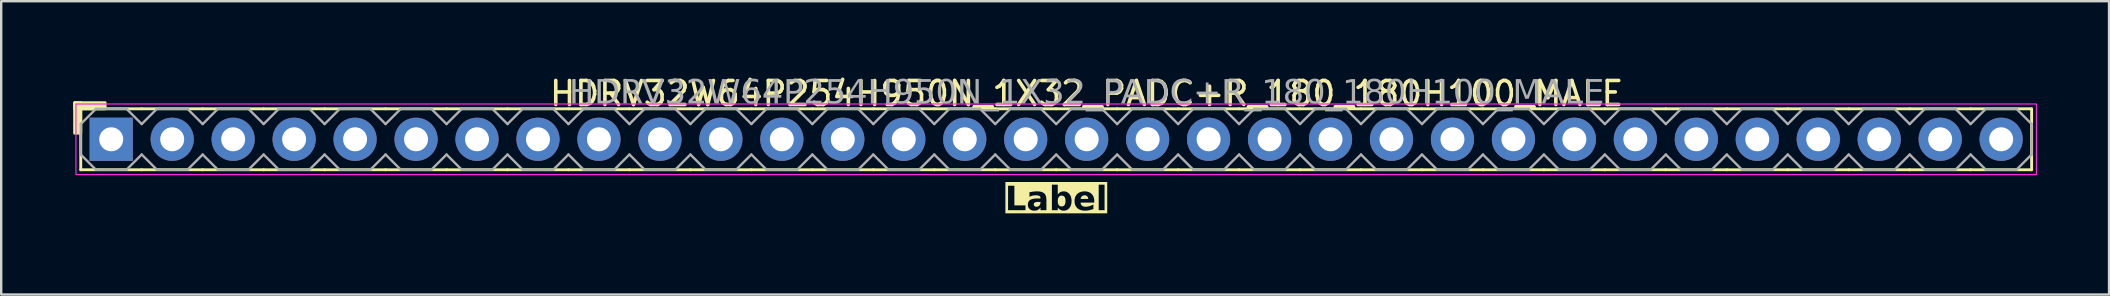
<source format=kicad_pcb>
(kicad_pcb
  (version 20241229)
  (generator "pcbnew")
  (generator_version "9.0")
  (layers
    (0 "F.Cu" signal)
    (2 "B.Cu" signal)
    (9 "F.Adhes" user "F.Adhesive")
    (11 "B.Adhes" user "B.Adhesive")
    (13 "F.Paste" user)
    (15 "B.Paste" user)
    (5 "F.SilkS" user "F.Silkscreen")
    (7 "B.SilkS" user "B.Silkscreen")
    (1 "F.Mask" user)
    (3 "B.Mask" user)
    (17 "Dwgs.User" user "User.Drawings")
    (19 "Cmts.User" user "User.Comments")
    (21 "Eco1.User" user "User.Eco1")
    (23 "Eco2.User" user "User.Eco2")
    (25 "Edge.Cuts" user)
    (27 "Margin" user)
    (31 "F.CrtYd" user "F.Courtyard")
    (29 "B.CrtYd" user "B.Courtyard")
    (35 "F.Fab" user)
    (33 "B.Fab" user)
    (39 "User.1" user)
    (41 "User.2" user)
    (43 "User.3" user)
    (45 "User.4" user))
  (footprint "HDRV32W64P254H950N_1X32_PADC+R_180_180H100_MALE"
    (layer "F.Cu")
    (at 40.954 2.753)
    (property "Reference" "HDRV32W64P254H950N_1X32_PADC+R_180_180H100_MALE" (at 1.27 -1.905 0) (layer "F.SilkS") (effects (font (size 1 1) (thickness 0.15))))
    (property "Label" "Label" (at 0 2.54 0) (layer "F.SilkS" knockout) (effects (font (face "Tahoma") (size 1 1) (thickness 0.2) (bold yes))))
    (attr through_hole)
    (fp_line (start -40.64 1.27) (end -40.64 -1.27) (stroke (width 0.12) (type solid)) (layer "F.SilkS"))
    (fp_line (start -38.1 -1.27) (end -40.64 -1.27) (stroke (width 0.12) (type solid)) (layer "F.SilkS"))
    (fp_line (start -38.1 1.27) (end -40.64 1.27) (stroke (width 0.12) (type solid)) (layer "F.SilkS"))
    (fp_line (start -35.56 -1.27) (end -38.1 -1.27) (stroke (width 0.12) (type solid)) (layer "F.SilkS"))
    (fp_line (start -35.56 1.27) (end -38.1 1.27) (stroke (width 0.12) (type solid)) (layer "F.SilkS"))
    (fp_line (start -33.02 -1.27) (end -35.56 -1.27) (stroke (width 0.12) (type solid)) (layer "F.SilkS"))
    (fp_line (start -33.02 1.27) (end -35.56 1.27) (stroke (width 0.12) (type solid)) (layer "F.SilkS"))
    (fp_line (start -30.48 -1.27) (end -33.02 -1.27) (stroke (width 0.12) (type solid)) (layer "F.SilkS"))
    (fp_line (start -30.48 1.27) (end -33.02 1.27) (stroke (width 0.12) (type solid)) (layer "F.SilkS"))
    (fp_line (start -27.94 -1.27) (end -30.48 -1.27) (stroke (width 0.12) (type solid)) (layer "F.SilkS"))
    (fp_line (start -27.94 1.27) (end -30.48 1.27) (stroke (width 0.12) (type solid)) (layer "F.SilkS"))
    (fp_line (start -25.4 -1.27) (end -27.94 -1.27) (stroke (width 0.12) (type solid)) (layer "F.SilkS"))
    (fp_line (start -25.4 1.27) (end -27.94 1.27) (stroke (width 0.12) (type solid)) (layer "F.SilkS"))
    (fp_line (start -22.86 -1.27) (end -25.4 -1.27) (stroke (width 0.12) (type solid)) (layer "F.SilkS"))
    (fp_line (start -22.86 1.27) (end -25.4 1.27) (stroke (width 0.12) (type solid)) (layer "F.SilkS"))
    (fp_line (start -20.32 -1.27) (end -22.86 -1.27) (stroke (width 0.12) (type solid)) (layer "F.SilkS"))
    (fp_line (start -20.32 1.27) (end -22.86 1.27) (stroke (width 0.12) (type solid)) (layer "F.SilkS"))
    (fp_line (start -17.78 -1.27) (end -20.32 -1.27) (stroke (width 0.12) (type solid)) (layer "F.SilkS"))
    (fp_line (start -17.78 1.27) (end -20.32 1.27) (stroke (width 0.12) (type solid)) (layer "F.SilkS"))
    (fp_line (start -15.24 -1.27) (end -17.78 -1.27) (stroke (width 0.12) (type solid)) (layer "F.SilkS"))
    (fp_line (start -15.24 1.27) (end -17.78 1.27) (stroke (width 0.12) (type solid)) (layer "F.SilkS"))
    (fp_line (start -12.7 -1.27) (end -15.24 -1.27) (stroke (width 0.12) (type solid)) (layer "F.SilkS"))
    (fp_line (start -12.7 1.27) (end -15.24 1.27) (stroke (width 0.12) (type solid)) (layer "F.SilkS"))
    (fp_line (start -10.16 -1.27) (end -12.7 -1.27) (stroke (width 0.12) (type solid)) (layer "F.SilkS"))
    (fp_line (start -10.16 1.27) (end -12.7 1.27) (stroke (width 0.12) (type solid)) (layer "F.SilkS"))
    (fp_line (start -7.62 -1.27) (end -10.16 -1.27) (stroke (width 0.12) (type solid)) (layer "F.SilkS"))
    (fp_line (start -7.62 1.27) (end -10.16 1.27) (stroke (width 0.12) (type solid)) (layer "F.SilkS"))
    (fp_line (start -5.08 -1.27) (end -7.62 -1.27) (stroke (width 0.12) (type solid)) (layer "F.SilkS"))
    (fp_line (start -5.08 1.27) (end -7.62 1.27) (stroke (width 0.12) (type solid)) (layer "F.SilkS"))
    (fp_line (start -2.54 -1.27) (end -5.08 -1.27) (stroke (width 0.12) (type solid)) (layer "F.SilkS"))
    (fp_line (start -2.54 1.27) (end -5.08 1.27) (stroke (width 0.12) (type solid)) (layer "F.SilkS"))
    (fp_line (start 0 -1.27) (end -2.54 -1.27) (stroke (width 0.12) (type solid)) (layer "F.SilkS"))
    (fp_line (start 0 1.27) (end -2.54 1.27) (stroke (width 0.12) (type solid)) (layer "F.SilkS"))
    (fp_line (start 2.54 -1.27) (end 0 -1.27) (stroke (width 0.12) (type solid)) (layer "F.SilkS"))
    (fp_line (start 2.54 1.27) (end 0 1.27) (stroke (width 0.12) (type solid)) (layer "F.SilkS"))
    (fp_line (start 5.08 -1.27) (end 2.54 -1.27) (stroke (width 0.12) (type solid)) (layer "F.SilkS"))
    (fp_line (start 5.08 1.27) (end 2.54 1.27) (stroke (width 0.12) (type solid)) (layer "F.SilkS"))
    (fp_line (start 7.62 -1.27) (end 5.08 -1.27) (stroke (width 0.12) (type solid)) (layer "F.SilkS"))
    (fp_line (start 7.62 1.27) (end 5.08 1.27) (stroke (width 0.12) (type solid)) (layer "F.SilkS"))
    (fp_line (start 10.16 -1.27) (end 7.62 -1.27) (stroke (width 0.12) (type solid)) (layer "F.SilkS"))
    (fp_line (start 10.16 1.27) (end 7.62 1.27) (stroke (width 0.12) (type solid)) (layer "F.SilkS"))
    (fp_line (start 12.7 -1.27) (end 10.16 -1.27) (stroke (width 0.12) (type solid)) (layer "F.SilkS"))
    (fp_line (start 12.7 1.27) (end 10.16 1.27) (stroke (width 0.12) (type solid)) (layer "F.SilkS"))
    (fp_line (start 15.24 -1.27) (end 12.7 -1.27) (stroke (width 0.12) (type solid)) (layer "F.SilkS"))
    (fp_line (start 15.24 1.27) (end 12.7 1.27) (stroke (width 0.12) (type solid)) (layer "F.SilkS"))
    (fp_line (start 17.78 -1.27) (end 15.24 -1.27) (stroke (width 0.12) (type solid)) (layer "F.SilkS"))
    (fp_line (start 17.78 1.27) (end 15.24 1.27) (stroke (width 0.12) (type solid)) (layer "F.SilkS"))
    (fp_line (start 20.32 -1.27) (end 17.78 -1.27) (stroke (width 0.12) (type solid)) (layer "F.SilkS"))
    (fp_line (start 20.32 1.27) (end 17.78 1.27) (stroke (width 0.12) (type solid)) (layer "F.SilkS"))
    (fp_line (start 22.86 -1.27) (end 20.32 -1.27) (stroke (width 0.12) (type solid)) (layer "F.SilkS"))
    (fp_line (start 22.86 1.27) (end 20.32 1.27) (stroke (width 0.12) (type solid)) (layer "F.SilkS"))
    (fp_line (start 25.4 -1.27) (end 22.86 -1.27) (stroke (width 0.12) (type solid)) (layer "F.SilkS"))
    (fp_line (start 25.4 1.27) (end 22.86 1.27) (stroke (width 0.12) (type solid)) (layer "F.SilkS"))
    (fp_line (start 27.94 -1.27) (end 25.4 -1.27) (stroke (width 0.12) (type solid)) (layer "F.SilkS"))
    (fp_line (start 27.94 1.27) (end 25.4 1.27) (stroke (width 0.12) (type solid)) (layer "F.SilkS"))
    (fp_line (start 30.48 -1.27) (end 27.94 -1.27) (stroke (width 0.12) (type solid)) (layer "F.SilkS"))
    (fp_line (start 30.48 1.27) (end 27.94 1.27) (stroke (width 0.12) (type solid)) (layer "F.SilkS"))
    (fp_line (start 33.02 -1.27) (end 30.48 -1.27) (stroke (width 0.12) (type solid)) (layer "F.SilkS"))
    (fp_line (start 33.02 1.27) (end 30.48 1.27) (stroke (width 0.12) (type solid)) (layer "F.SilkS"))
    (fp_line (start 35.56 -1.27) (end 33.02 -1.27) (stroke (width 0.12) (type solid)) (layer "F.SilkS"))
    (fp_line (start 35.56 1.27) (end 33.02 1.27) (stroke (width 0.12) (type solid)) (layer "F.SilkS"))
    (fp_line (start 38.1 -1.27) (end 35.56 -1.27) (stroke (width 0.12) (type solid)) (layer "F.SilkS"))
    (fp_line (start 38.1 1.27) (end 35.56 1.27) (stroke (width 0.12) (type solid)) (layer "F.SilkS"))
    (fp_line (start 40.64 -1.27) (end 38.1 -1.27) (stroke (width 0.12) (type solid)) (layer "F.SilkS"))
    (fp_line (start 40.64 1.27) (end 38.1 1.27) (stroke (width 0.12) (type solid)) (layer "F.SilkS"))
    (fp_line (start 40.64 1.27) (end 40.64 -1.27) (stroke (width 0.12) (type solid)) (layer "F.SilkS"))
    (fp_rect (start -40.894 -0.254) (end -40.64 -1.524) (stroke (width 0.12) (type solid)) (fill yes) (layer "F.SilkS"))
    (fp_rect (start -39.624 -1.27) (end -40.894 -1.524) (stroke (width 0.12) (type solid)) (fill yes) (layer "F.SilkS"))
    (fp_rect (start -40.84 -1.47) (end 40.84 1.47) (stroke (width 0.05) (type default)) (fill no) (layer "F.CrtYd"))
    (fp_line (start -40.64 -0.635) (end -40.64 0.635) (stroke (width 0.1) (type solid)) (layer "F.Fab"))
    (fp_line (start -40.64 -0.635) (end -40.005 -1.27) (stroke (width 0.1) (type solid)) (layer "F.Fab"))
    (fp_line (start -40.005 -1.27) (end -38.735 -1.27) (stroke (width 0.1) (type solid)) (layer "F.Fab"))
    (fp_line (start -40.005 1.27) (end -40.64 0.635) (stroke (width 0.1) (type solid)) (layer "F.Fab"))
    (fp_line (start -38.735 -1.27) (end -38.1 -0.635) (stroke (width 0.1) (type solid)) (layer "F.Fab"))
    (fp_line (start -38.735 1.27) (end -40.005 1.27) (stroke (width 0.1) (type solid)) (layer "F.Fab"))
    (fp_line (start -38.1 -0.635) (end -37.465 -1.27) (stroke (width 0.1) (type solid)) (layer "F.Fab"))
    (fp_line (start -38.1 0.635) (end -38.735 1.27) (stroke (width 0.1) (type solid)) (layer "F.Fab"))
    (fp_line (start -37.465 -1.27) (end -36.195 -1.27) (stroke (width 0.1) (type solid)) (layer "F.Fab"))
    (fp_line (start -37.465 1.27) (end -38.1 0.635) (stroke (width 0.1) (type solid)) (layer "F.Fab"))
    (fp_line (start -36.195 -1.27) (end -35.56 -0.635) (stroke (width 0.1) (type solid)) (layer "F.Fab"))
    (fp_line (start -36.195 1.27) (end -37.465 1.27) (stroke (width 0.1) (type solid)) (layer "F.Fab"))
    (fp_line (start -35.56 -0.635) (end -34.925 -1.27) (stroke (width 0.1) (type solid)) (layer "F.Fab"))
    (fp_line (start -35.56 0.635) (end -36.195 1.27) (stroke (width 0.1) (type solid)) (layer "F.Fab"))
    (fp_line (start -34.925 -1.27) (end -33.655 -1.27) (stroke (width 0.1) (type solid)) (layer "F.Fab"))
    (fp_line (start -34.925 1.27) (end -35.56 0.635) (stroke (width 0.1) (type solid)) (layer "F.Fab"))
    (fp_line (start -33.655 -1.27) (end -33.02 -0.635) (stroke (width 0.1) (type solid)) (layer "F.Fab"))
    (fp_line (start -33.655 1.27) (end -34.925 1.27) (stroke (width 0.1) (type solid)) (layer "F.Fab"))
    (fp_line (start -33.02 -0.635) (end -32.385 -1.27) (stroke (width 0.1) (type solid)) (layer "F.Fab"))
    (fp_line (start -33.02 0.635) (end -33.655 1.27) (stroke (width 0.1) (type solid)) (layer "F.Fab"))
    (fp_line (start -32.385 -1.27) (end -31.115 -1.27) (stroke (width 0.1) (type solid)) (layer "F.Fab"))
    (fp_line (start -32.385 1.27) (end -33.02 0.635) (stroke (width 0.1) (type solid)) (layer "F.Fab"))
    (fp_line (start -31.115 -1.27) (end -30.48 -0.635) (stroke (width 0.1) (type solid)) (layer "F.Fab"))
    (fp_line (start -31.115 1.27) (end -32.385 1.27) (stroke (width 0.1) (type solid)) (layer "F.Fab"))
    (fp_line (start -30.48 -0.635) (end -29.845 -1.27) (stroke (width 0.1) (type solid)) (layer "F.Fab"))
    (fp_line (start -30.48 0.635) (end -31.115 1.27) (stroke (width 0.1) (type solid)) (layer "F.Fab"))
    (fp_line (start -29.845 -1.27) (end -28.575 -1.27) (stroke (width 0.1) (type solid)) (layer "F.Fab"))
    (fp_line (start -29.845 1.27) (end -30.48 0.635) (stroke (width 0.1) (type solid)) (layer "F.Fab"))
    (fp_line (start -28.575 -1.27) (end -27.94 -0.635) (stroke (width 0.1) (type solid)) (layer "F.Fab"))
    (fp_line (start -28.575 1.27) (end -29.845 1.27) (stroke (width 0.1) (type solid)) (layer "F.Fab"))
    (fp_line (start -27.94 -0.635) (end -27.305 -1.27) (stroke (width 0.1) (type solid)) (layer "F.Fab"))
    (fp_line (start -27.94 0.635) (end -28.575 1.27) (stroke (width 0.1) (type solid)) (layer "F.Fab"))
    (fp_line (start -27.305 -1.27) (end -26.035 -1.27) (stroke (width 0.1) (type solid)) (layer "F.Fab"))
    (fp_line (start -27.305 1.27) (end -27.94 0.635) (stroke (width 0.1) (type solid)) (layer "F.Fab"))
    (fp_line (start -26.035 -1.27) (end -25.4 -0.635) (stroke (width 0.1) (type solid)) (layer "F.Fab"))
    (fp_line (start -26.035 1.27) (end -27.305 1.27) (stroke (width 0.1) (type solid)) (layer "F.Fab"))
    (fp_line (start -25.4 -0.635) (end -24.765 -1.27) (stroke (width 0.1) (type solid)) (layer "F.Fab"))
    (fp_line (start -25.4 0.635) (end -26.035 1.27) (stroke (width 0.1) (type solid)) (layer "F.Fab"))
    (fp_line (start -24.765 -1.27) (end -23.495 -1.27) (stroke (width 0.1) (type solid)) (layer "F.Fab"))
    (fp_line (start -24.765 1.27) (end -25.4 0.635) (stroke (width 0.1) (type solid)) (layer "F.Fab"))
    (fp_line (start -23.495 -1.27) (end -22.86 -0.635) (stroke (width 0.1) (type solid)) (layer "F.Fab"))
    (fp_line (start -23.495 1.27) (end -24.765 1.27) (stroke (width 0.1) (type solid)) (layer "F.Fab"))
    (fp_line (start -22.86 -0.635) (end -22.225 -1.27) (stroke (width 0.1) (type solid)) (layer "F.Fab"))
    (fp_line (start -22.86 0.635) (end -23.495 1.27) (stroke (width 0.1) (type solid)) (layer "F.Fab"))
    (fp_line (start -22.225 -1.27) (end -20.955 -1.27) (stroke (width 0.1) (type solid)) (layer "F.Fab"))
    (fp_line (start -22.225 1.27) (end -22.86 0.635) (stroke (width 0.1) (type solid)) (layer "F.Fab"))
    (fp_line (start -20.955 -1.27) (end -20.32 -0.635) (stroke (width 0.1) (type solid)) (layer "F.Fab"))
    (fp_line (start -20.955 1.27) (end -22.225 1.27) (stroke (width 0.1) (type solid)) (layer "F.Fab"))
    (fp_line (start -20.32 -0.635) (end -19.685 -1.27) (stroke (width 0.1) (type solid)) (layer "F.Fab"))
    (fp_line (start -20.32 0.635) (end -20.955 1.27) (stroke (width 0.1) (type solid)) (layer "F.Fab"))
    (fp_line (start -19.685 -1.27) (end -18.415 -1.27) (stroke (width 0.1) (type solid)) (layer "F.Fab"))
    (fp_line (start -19.685 1.27) (end -20.32 0.635) (stroke (width 0.1) (type solid)) (layer "F.Fab"))
    (fp_line (start -18.415 -1.27) (end -17.78 -0.635) (stroke (width 0.1) (type solid)) (layer "F.Fab"))
    (fp_line (start -18.415 1.27) (end -19.685 1.27) (stroke (width 0.1) (type solid)) (layer "F.Fab"))
    (fp_line (start -17.78 -0.635) (end -17.145 -1.27) (stroke (width 0.1) (type solid)) (layer "F.Fab"))
    (fp_line (start -17.78 0.635) (end -18.415 1.27) (stroke (width 0.1) (type solid)) (layer "F.Fab"))
    (fp_line (start -17.145 -1.27) (end -15.875 -1.27) (stroke (width 0.1) (type solid)) (layer "F.Fab"))
    (fp_line (start -17.145 1.27) (end -17.78 0.635) (stroke (width 0.1) (type solid)) (layer "F.Fab"))
    (fp_line (start -15.875 -1.27) (end -15.24 -0.635) (stroke (width 0.1) (type solid)) (layer "F.Fab"))
    (fp_line (start -15.875 1.27) (end -17.145 1.27) (stroke (width 0.1) (type solid)) (layer "F.Fab"))
    (fp_line (start -15.24 -0.635) (end -14.605 -1.27) (stroke (width 0.1) (type solid)) (layer "F.Fab"))
    (fp_line (start -15.24 0.635) (end -15.875 1.27) (stroke (width 0.1) (type solid)) (layer "F.Fab"))
    (fp_line (start -14.605 -1.27) (end -13.335 -1.27) (stroke (width 0.1) (type solid)) (layer "F.Fab"))
    (fp_line (start -14.605 1.27) (end -15.24 0.635) (stroke (width 0.1) (type solid)) (layer "F.Fab"))
    (fp_line (start -13.335 -1.27) (end -12.7 -0.635) (stroke (width 0.1) (type solid)) (layer "F.Fab"))
    (fp_line (start -13.335 1.27) (end -14.605 1.27) (stroke (width 0.1) (type solid)) (layer "F.Fab"))
    (fp_line (start -12.7 -0.635) (end -12.065 -1.27) (stroke (width 0.1) (type solid)) (layer "F.Fab"))
    (fp_line (start -12.7 0.635) (end -13.335 1.27) (stroke (width 0.1) (type solid)) (layer "F.Fab"))
    (fp_line (start -12.065 -1.27) (end -10.795 -1.27) (stroke (width 0.1) (type solid)) (layer "F.Fab"))
    (fp_line (start -12.065 1.27) (end -12.7 0.635) (stroke (width 0.1) (type solid)) (layer "F.Fab"))
    (fp_line (start -10.795 -1.27) (end -10.16 -0.635) (stroke (width 0.1) (type solid)) (layer "F.Fab"))
    (fp_line (start -10.795 1.27) (end -12.065 1.27) (stroke (width 0.1) (type solid)) (layer "F.Fab"))
    (fp_line (start -10.16 -0.635) (end -9.525 -1.27) (stroke (width 0.1) (type solid)) (layer "F.Fab"))
    (fp_line (start -10.16 0.635) (end -10.795 1.27) (stroke (width 0.1) (type solid)) (layer "F.Fab"))
    (fp_line (start -9.525 -1.27) (end -8.255 -1.27) (stroke (width 0.1) (type solid)) (layer "F.Fab"))
    (fp_line (start -9.525 1.27) (end -10.16 0.635) (stroke (width 0.1) (type solid)) (layer "F.Fab"))
    (fp_line (start -8.255 -1.27) (end -7.62 -0.635) (stroke (width 0.1) (type solid)) (layer "F.Fab"))
    (fp_line (start -8.255 1.27) (end -9.525 1.27) (stroke (width 0.1) (type solid)) (layer "F.Fab"))
    (fp_line (start -7.62 -0.635) (end -6.985 -1.27) (stroke (width 0.1) (type solid)) (layer "F.Fab"))
    (fp_line (start -7.62 0.635) (end -8.255 1.27) (stroke (width 0.1) (type solid)) (layer "F.Fab"))
    (fp_line (start -6.985 -1.27) (end -5.715 -1.27) (stroke (width 0.1) (type solid)) (layer "F.Fab"))
    (fp_line (start -6.985 1.27) (end -7.62 0.635) (stroke (width 0.1) (type solid)) (layer "F.Fab"))
    (fp_line (start -5.715 -1.27) (end -5.08 -0.635) (stroke (width 0.1) (type solid)) (layer "F.Fab"))
    (fp_line (start -5.715 1.27) (end -6.985 1.27) (stroke (width 0.1) (type solid)) (layer "F.Fab"))
    (fp_line (start -5.08 -0.635) (end -4.445 -1.27) (stroke (width 0.1) (type solid)) (layer "F.Fab"))
    (fp_line (start -5.08 0.635) (end -5.715 1.27) (stroke (width 0.1) (type solid)) (layer "F.Fab"))
    (fp_line (start -4.445 -1.27) (end -3.175 -1.27) (stroke (width 0.1) (type solid)) (layer "F.Fab"))
    (fp_line (start -4.445 1.27) (end -5.08 0.635) (stroke (width 0.1) (type solid)) (layer "F.Fab"))
    (fp_line (start -3.175 -1.27) (end -2.54 -0.635) (stroke (width 0.1) (type solid)) (layer "F.Fab"))
    (fp_line (start -3.175 1.27) (end -4.445 1.27) (stroke (width 0.1) (type solid)) (layer "F.Fab"))
    (fp_line (start -2.54 -0.635) (end -1.905 -1.27) (stroke (width 0.1) (type solid)) (layer "F.Fab"))
    (fp_line (start -2.54 0.635) (end -3.175 1.27) (stroke (width 0.1) (type solid)) (layer "F.Fab"))
    (fp_line (start -1.905 -1.27) (end -0.635 -1.27) (stroke (width 0.1) (type solid)) (layer "F.Fab"))
    (fp_line (start -1.905 1.27) (end -2.54 0.635) (stroke (width 0.1) (type solid)) (layer "F.Fab"))
    (fp_line (start -0.635 -1.27) (end 0 -0.635) (stroke (width 0.1) (type solid)) (layer "F.Fab"))
    (fp_line (start -0.635 1.27) (end -1.905 1.27) (stroke (width 0.1) (type solid)) (layer "F.Fab"))
    (fp_line (start 0 -0.635) (end 0.635 -1.27) (stroke (width 0.1) (type solid)) (layer "F.Fab"))
    (fp_line (start 0 0.635) (end -0.635 1.27) (stroke (width 0.1) (type solid)) (layer "F.Fab"))
    (fp_line (start 0.635 -1.27) (end 1.905 -1.27) (stroke (width 0.1) (type solid)) (layer "F.Fab"))
    (fp_line (start 0.635 1.27) (end 0 0.635) (stroke (width 0.1) (type solid)) (layer "F.Fab"))
    (fp_line (start 1.905 -1.27) (end 2.54 -0.635) (stroke (width 0.1) (type solid)) (layer "F.Fab"))
    (fp_line (start 1.905 1.27) (end 0.635 1.27) (stroke (width 0.1) (type solid)) (layer "F.Fab"))
    (fp_line (start 2.54 -0.635) (end 3.175 -1.27) (stroke (width 0.1) (type solid)) (layer "F.Fab"))
    (fp_line (start 2.54 0.635) (end 1.905 1.27) (stroke (width 0.1) (type solid)) (layer "F.Fab"))
    (fp_line (start 3.175 -1.27) (end 4.445 -1.27) (stroke (width 0.1) (type solid)) (layer "F.Fab"))
    (fp_line (start 3.175 1.27) (end 2.54 0.635) (stroke (width 0.1) (type solid)) (layer "F.Fab"))
    (fp_line (start 4.445 -1.27) (end 5.08 -0.635) (stroke (width 0.1) (type solid)) (layer "F.Fab"))
    (fp_line (start 4.445 1.27) (end 3.175 1.27) (stroke (width 0.1) (type solid)) (layer "F.Fab"))
    (fp_line (start 5.08 -0.635) (end 5.715 -1.27) (stroke (width 0.1) (type solid)) (layer "F.Fab"))
    (fp_line (start 5.08 0.635) (end 4.445 1.27) (stroke (width 0.1) (type solid)) (layer "F.Fab"))
    (fp_line (start 5.715 -1.27) (end 6.985 -1.27) (stroke (width 0.1) (type solid)) (layer "F.Fab"))
    (fp_line (start 5.715 1.27) (end 5.08 0.635) (stroke (width 0.1) (type solid)) (layer "F.Fab"))
    (fp_line (start 6.985 -1.27) (end 7.62 -0.635) (stroke (width 0.1) (type solid)) (layer "F.Fab"))
    (fp_line (start 6.985 1.27) (end 5.715 1.27) (stroke (width 0.1) (type solid)) (layer "F.Fab"))
    (fp_line (start 7.62 -0.635) (end 8.255 -1.27) (stroke (width 0.1) (type solid)) (layer "F.Fab"))
    (fp_line (start 7.62 0.635) (end 6.985 1.27) (stroke (width 0.1) (type solid)) (layer "F.Fab"))
    (fp_line (start 8.255 -1.27) (end 9.525 -1.27) (stroke (width 0.1) (type solid)) (layer "F.Fab"))
    (fp_line (start 8.255 1.27) (end 7.62 0.635) (stroke (width 0.1) (type solid)) (layer "F.Fab"))
    (fp_line (start 9.525 -1.27) (end 10.16 -0.635) (stroke (width 0.1) (type solid)) (layer "F.Fab"))
    (fp_line (start 9.525 1.27) (end 8.255 1.27) (stroke (width 0.1) (type solid)) (layer "F.Fab"))
    (fp_line (start 10.16 -0.635) (end 10.795 -1.27) (stroke (width 0.1) (type solid)) (layer "F.Fab"))
    (fp_line (start 10.16 0.635) (end 9.525 1.27) (stroke (width 0.1) (type solid)) (layer "F.Fab"))
    (fp_line (start 10.795 -1.27) (end 12.065 -1.27) (stroke (width 0.1) (type solid)) (layer "F.Fab"))
    (fp_line (start 10.795 1.27) (end 10.16 0.635) (stroke (width 0.1) (type solid)) (layer "F.Fab"))
    (fp_line (start 12.065 -1.27) (end 12.7 -0.635) (stroke (width 0.1) (type solid)) (layer "F.Fab"))
    (fp_line (start 12.065 1.27) (end 10.795 1.27) (stroke (width 0.1) (type solid)) (layer "F.Fab"))
    (fp_line (start 12.7 -0.635) (end 13.335 -1.27) (stroke (width 0.1) (type solid)) (layer "F.Fab"))
    (fp_line (start 12.7 0.635) (end 12.065 1.27) (stroke (width 0.1) (type solid)) (layer "F.Fab"))
    (fp_line (start 13.335 -1.27) (end 14.605 -1.27) (stroke (width 0.1) (type solid)) (layer "F.Fab"))
    (fp_line (start 13.335 1.27) (end 12.7 0.635) (stroke (width 0.1) (type solid)) (layer "F.Fab"))
    (fp_line (start 14.605 -1.27) (end 15.24 -0.635) (stroke (width 0.1) (type solid)) (layer "F.Fab"))
    (fp_line (start 14.605 1.27) (end 13.335 1.27) (stroke (width 0.1) (type solid)) (layer "F.Fab"))
    (fp_line (start 15.24 -0.635) (end 15.875 -1.27) (stroke (width 0.1) (type solid)) (layer "F.Fab"))
    (fp_line (start 15.24 0.635) (end 14.605 1.27) (stroke (width 0.1) (type solid)) (layer "F.Fab"))
    (fp_line (start 15.875 -1.27) (end 17.145 -1.27) (stroke (width 0.1) (type solid)) (layer "F.Fab"))
    (fp_line (start 15.875 1.27) (end 15.24 0.635) (stroke (width 0.1) (type solid)) (layer "F.Fab"))
    (fp_line (start 17.145 -1.27) (end 17.78 -0.635) (stroke (width 0.1) (type solid)) (layer "F.Fab"))
    (fp_line (start 17.145 1.27) (end 15.875 1.27) (stroke (width 0.1) (type solid)) (layer "F.Fab"))
    (fp_line (start 17.78 -0.635) (end 18.415 -1.27) (stroke (width 0.1) (type solid)) (layer "F.Fab"))
    (fp_line (start 17.78 0.635) (end 17.145 1.27) (stroke (width 0.1) (type solid)) (layer "F.Fab"))
    (fp_line (start 18.415 -1.27) (end 19.685 -1.27) (stroke (width 0.1) (type solid)) (layer "F.Fab"))
    (fp_line (start 18.415 1.27) (end 17.78 0.635) (stroke (width 0.1) (type solid)) (layer "F.Fab"))
    (fp_line (start 19.685 -1.27) (end 20.32 -0.635) (stroke (width 0.1) (type solid)) (layer "F.Fab"))
    (fp_line (start 19.685 1.27) (end 18.415 1.27) (stroke (width 0.1) (type solid)) (layer "F.Fab"))
    (fp_line (start 20.32 -0.635) (end 20.955 -1.27) (stroke (width 0.1) (type solid)) (layer "F.Fab"))
    (fp_line (start 20.32 0.635) (end 19.685 1.27) (stroke (width 0.1) (type solid)) (layer "F.Fab"))
    (fp_line (start 20.955 -1.27) (end 22.225 -1.27) (stroke (width 0.1) (type solid)) (layer "F.Fab"))
    (fp_line (start 20.955 1.27) (end 20.32 0.635) (stroke (width 0.1) (type solid)) (layer "F.Fab"))
    (fp_line (start 22.225 -1.27) (end 22.86 -0.635) (stroke (width 0.1) (type solid)) (layer "F.Fab"))
    (fp_line (start 22.225 1.27) (end 20.955 1.27) (stroke (width 0.1) (type solid)) (layer "F.Fab"))
    (fp_line (start 22.86 -0.635) (end 23.495 -1.27) (stroke (width 0.1) (type solid)) (layer "F.Fab"))
    (fp_line (start 22.86 0.635) (end 22.225 1.27) (stroke (width 0.1) (type solid)) (layer "F.Fab"))
    (fp_line (start 23.495 -1.27) (end 24.765 -1.27) (stroke (width 0.1) (type solid)) (layer "F.Fab"))
    (fp_line (start 23.495 1.27) (end 22.86 0.635) (stroke (width 0.1) (type solid)) (layer "F.Fab"))
    (fp_line (start 24.765 -1.27) (end 25.4 -0.635) (stroke (width 0.1) (type solid)) (layer "F.Fab"))
    (fp_line (start 24.765 1.27) (end 23.495 1.27) (stroke (width 0.1) (type solid)) (layer "F.Fab"))
    (fp_line (start 25.4 -0.635) (end 26.035 -1.27) (stroke (width 0.1) (type solid)) (layer "F.Fab"))
    (fp_line (start 25.4 0.635) (end 24.765 1.27) (stroke (width 0.1) (type solid)) (layer "F.Fab"))
    (fp_line (start 26.035 -1.27) (end 27.305 -1.27) (stroke (width 0.1) (type solid)) (layer "F.Fab"))
    (fp_line (start 26.035 1.27) (end 25.4 0.635) (stroke (width 0.1) (type solid)) (layer "F.Fab"))
    (fp_line (start 27.305 -1.27) (end 27.94 -0.635) (stroke (width 0.1) (type solid)) (layer "F.Fab"))
    (fp_line (start 27.305 1.27) (end 26.035 1.27) (stroke (width 0.1) (type solid)) (layer "F.Fab"))
    (fp_line (start 27.94 -0.635) (end 28.575 -1.27) (stroke (width 0.1) (type solid)) (layer "F.Fab"))
    (fp_line (start 27.94 0.635) (end 27.305 1.27) (stroke (width 0.1) (type solid)) (layer "F.Fab"))
    (fp_line (start 28.575 -1.27) (end 29.845 -1.27) (stroke (width 0.1) (type solid)) (layer "F.Fab"))
    (fp_line (start 28.575 1.27) (end 27.94 0.635) (stroke (width 0.1) (type solid)) (layer "F.Fab"))
    (fp_line (start 29.845 -1.27) (end 30.48 -0.635) (stroke (width 0.1) (type solid)) (layer "F.Fab"))
    (fp_line (start 29.845 1.27) (end 28.575 1.27) (stroke (width 0.1) (type solid)) (layer "F.Fab"))
    (fp_line (start 30.48 -0.635) (end 31.115 -1.27) (stroke (width 0.1) (type solid)) (layer "F.Fab"))
    (fp_line (start 30.48 0.635) (end 29.845 1.27) (stroke (width 0.1) (type solid)) (layer "F.Fab"))
    (fp_line (start 31.115 -1.27) (end 32.385 -1.27) (stroke (width 0.1) (type solid)) (layer "F.Fab"))
    (fp_line (start 31.115 1.27) (end 30.48 0.635) (stroke (width 0.1) (type solid)) (layer "F.Fab"))
    (fp_line (start 32.385 -1.27) (end 33.02 -0.635) (stroke (width 0.1) (type solid)) (layer "F.Fab"))
    (fp_line (start 32.385 1.27) (end 31.115 1.27) (stroke (width 0.1) (type solid)) (layer "F.Fab"))
    (fp_line (start 33.02 -0.635) (end 33.655 -1.27) (stroke (width 0.1) (type solid)) (layer "F.Fab"))
    (fp_line (start 33.02 0.635) (end 32.385 1.27) (stroke (width 0.1) (type solid)) (layer "F.Fab"))
    (fp_line (start 33.655 -1.27) (end 34.925 -1.27) (stroke (width 0.1) (type solid)) (layer "F.Fab"))
    (fp_line (start 33.655 1.27) (end 33.02 0.635) (stroke (width 0.1) (type solid)) (layer "F.Fab"))
    (fp_line (start 34.925 -1.27) (end 35.56 -0.635) (stroke (width 0.1) (type solid)) (layer "F.Fab"))
    (fp_line (start 34.925 1.27) (end 33.655 1.27) (stroke (width 0.1) (type solid)) (layer "F.Fab"))
    (fp_line (start 35.56 -0.635) (end 36.195 -1.27) (stroke (width 0.1) (type solid)) (layer "F.Fab"))
    (fp_line (start 35.56 0.635) (end 34.925 1.27) (stroke (width 0.1) (type solid)) (layer "F.Fab"))
    (fp_line (start 36.195 -1.27) (end 37.465 -1.27) (stroke (width 0.1) (type solid)) (layer "F.Fab"))
    (fp_line (start 36.195 1.27) (end 35.56 0.635) (stroke (width 0.1) (type solid)) (layer "F.Fab"))
    (fp_line (start 37.465 -1.27) (end 38.1 -0.635) (stroke (width 0.1) (type solid)) (layer "F.Fab"))
    (fp_line (start 37.465 1.27) (end 36.195 1.27) (stroke (width 0.1) (type solid)) (layer "F.Fab"))
    (fp_line (start 38.1 -0.635) (end 38.735 -1.27) (stroke (width 0.1) (type solid)) (layer "F.Fab"))
    (fp_line (start 38.1 0.635) (end 37.465 1.27) (stroke (width 0.1) (type solid)) (layer "F.Fab"))
    (fp_line (start 38.735 -1.27) (end 40.005 -1.27) (stroke (width 0.1) (type solid)) (layer "F.Fab"))
    (fp_line (start 38.735 1.27) (end 38.1 0.635) (stroke (width 0.1) (type solid)) (layer "F.Fab"))
    (fp_line (start 40.005 -1.27) (end 40.64 -0.635) (stroke (width 0.1) (type solid)) (layer "F.Fab"))
    (fp_line (start 40.005 1.27) (end 38.735 1.27) (stroke (width 0.1) (type solid)) (layer "F.Fab"))
    (fp_line (start 40.64 -0.635) (end 40.64 0.635) (stroke (width 0.1) (type solid)) (layer "F.Fab"))
    (fp_line (start 40.64 0.635) (end 40.005 1.27) (stroke (width 0.1) (type solid)) (layer "F.Fab"))
    (fp_rect (start -39.116 -0.254) (end -39.624 0.254) (stroke (width 0.1) (type solid)) (fill no) (layer "F.Fab"))
    (fp_rect (start -36.576 -0.254) (end -37.084 0.254) (stroke (width 0.1) (type solid)) (fill no) (layer "F.Fab"))
    (fp_rect (start -34.036 -0.254) (end -34.544 0.254) (stroke (width 0.1) (type solid)) (fill no) (layer "F.Fab"))
    (fp_rect (start -31.496 -0.254) (end -32.004 0.254) (stroke (width 0.1) (type solid)) (fill no) (layer "F.Fab"))
    (fp_rect (start -28.956 -0.254) (end -29.464 0.254) (stroke (width 0.1) (type solid)) (fill no) (layer "F.Fab"))
    (fp_rect (start -26.416 -0.254) (end -26.924 0.254) (stroke (width 0.1) (type solid)) (fill no) (layer "F.Fab"))
    (fp_rect (start -23.876 -0.254) (end -24.384 0.254) (stroke (width 0.1) (type solid)) (fill no) (layer "F.Fab"))
    (fp_rect (start -21.336 -0.254) (end -21.844 0.254) (stroke (width 0.1) (type solid)) (fill no) (layer "F.Fab"))
    (fp_rect (start -18.796 -0.254) (end -19.304 0.254) (stroke (width 0.1) (type solid)) (fill no) (layer "F.Fab"))
    (fp_rect (start -16.256 -0.254) (end -16.764 0.254) (stroke (width 0.1) (type solid)) (fill no) (layer "F.Fab"))
    (fp_rect (start -13.716 -0.254) (end -14.224 0.254) (stroke (width 0.1) (type solid)) (fill no) (layer "F.Fab"))
    (fp_rect (start -11.176 -0.254) (end -11.684 0.254) (stroke (width 0.1) (type solid)) (fill no) (layer "F.Fab"))
    (fp_rect (start -8.636 -0.254) (end -9.144 0.254) (stroke (width 0.1) (type solid)) (fill no) (layer "F.Fab"))
    (fp_rect (start -6.096 -0.254) (end -6.604 0.254) (stroke (width 0.1) (type solid)) (fill no) (layer "F.Fab"))
    (fp_rect (start -3.556 -0.254) (end -4.064 0.254) (stroke (width 0.1) (type solid)) (fill no) (layer "F.Fab"))
    (fp_rect (start -1.016 -0.254) (end -1.524 0.254) (stroke (width 0.1) (type solid)) (fill no) (layer "F.Fab"))
    (fp_rect (start 1.524 -0.254) (end 1.016 0.254) (stroke (width 0.1) (type solid)) (fill no) (layer "F.Fab"))
    (fp_rect (start 4.064 -0.254) (end 3.556 0.254) (stroke (width 0.1) (type solid)) (fill no) (layer "F.Fab"))
    (fp_rect (start 6.604 -0.254) (end 6.096 0.254) (stroke (width 0.1) (type solid)) (fill no) (layer "F.Fab"))
    (fp_rect (start 9.144 -0.254) (end 8.636 0.254) (stroke (width 0.1) (type solid)) (fill no) (layer "F.Fab"))
    (fp_rect (start 11.684 -0.254) (end 11.176 0.254) (stroke (width 0.1) (type solid)) (fill no) (layer "F.Fab"))
    (fp_rect (start 14.224 -0.254) (end 13.716 0.254) (stroke (width 0.1) (type solid)) (fill no) (layer "F.Fab"))
    (fp_rect (start 16.764 -0.254) (end 16.256 0.254) (stroke (width 0.1) (type solid)) (fill no) (layer "F.Fab"))
    (fp_rect (start 19.304 -0.254) (end 18.796 0.254) (stroke (width 0.1) (type solid)) (fill no) (layer "F.Fab"))
    (fp_rect (start 21.844 -0.254) (end 21.336 0.254) (stroke (width 0.1) (type solid)) (fill no) (layer "F.Fab"))
    (fp_rect (start 24.384 -0.254) (end 23.876 0.254) (stroke (width 0.1) (type solid)) (fill no) (layer "F.Fab"))
    (fp_rect (start 26.924 -0.254) (end 26.416 0.254) (stroke (width 0.1) (type solid)) (fill no) (layer "F.Fab"))
    (fp_rect (start 29.464 -0.254) (end 28.956 0.254) (stroke (width 0.1) (type solid)) (fill no) (layer "F.Fab"))
    (fp_rect (start 32.004 -0.254) (end 31.496 0.254) (stroke (width 0.1) (type solid)) (fill no) (layer "F.Fab"))
    (fp_rect (start 34.544 -0.254) (end 34.036 0.254) (stroke (width 0.1) (type solid)) (fill no) (layer "F.Fab"))
    (fp_rect (start 37.084 -0.254) (end 36.576 0.254) (stroke (width 0.1) (type solid)) (fill no) (layer "F.Fab"))
    (fp_rect (start 39.624 -0.254) (end 39.116 0.254) (stroke (width 0.1) (type solid)) (fill no) (layer "F.Fab"))
    (fp_text user "${REFERENCE}" (at 1.27 -1.905 0) (layer "F.Fab") (effects (font (face "Tahoma") (size 1 1) (thickness 0.15))))
    (pad "1" thru_hole rect (at -39.37 0) (size 1.8 1.8) (drill 1) (layers "*.Cu" "*.Mask"))
    (pad "2" thru_hole circle (at -36.83 0) (size 1.8 1.8) (drill 1) (layers "*.Cu" "*.Mask"))
    (pad "3" thru_hole circle (at -34.29 0) (size 1.8 1.8) (drill 1) (layers "*.Cu" "*.Mask"))
    (pad "4" thru_hole circle (at -31.75 0) (size 1.8 1.8) (drill 1) (layers "*.Cu" "*.Mask"))
    (pad "5" thru_hole circle (at -29.21 0) (size 1.8 1.8) (drill 1) (layers "*.Cu" "*.Mask"))
    (pad "6" thru_hole circle (at -26.67 0) (size 1.8 1.8) (drill 1) (layers "*.Cu" "*.Mask"))
    (pad "7" thru_hole circle (at -24.13 0) (size 1.8 1.8) (drill 1) (layers "*.Cu" "*.Mask"))
    (pad "8" thru_hole circle (at -21.59 0) (size 1.8 1.8) (drill 1) (layers "*.Cu" "*.Mask"))
    (pad "9" thru_hole circle (at -19.05 0) (size 1.8 1.8) (drill 1) (layers "*.Cu" "*.Mask"))
    (pad "10" thru_hole circle (at -16.51 0) (size 1.8 1.8) (drill 1) (layers "*.Cu" "*.Mask"))
    (pad "11" thru_hole circle (at -13.97 0) (size 1.8 1.8) (drill 1) (layers "*.Cu" "*.Mask"))
    (pad "12" thru_hole circle (at -11.43 0) (size 1.8 1.8) (drill 1) (layers "*.Cu" "*.Mask"))
    (pad "13" thru_hole circle (at -8.89 0) (size 1.8 1.8) (drill 1) (layers "*.Cu" "*.Mask"))
    (pad "14" thru_hole circle (at -6.35 0) (size 1.8 1.8) (drill 1) (layers "*.Cu" "*.Mask"))
    (pad "15" thru_hole circle (at -3.81 0) (size 1.8 1.8) (drill 1) (layers "*.Cu" "*.Mask"))
    (pad "16" thru_hole circle (at -1.27 0) (size 1.8 1.8) (drill 1) (layers "*.Cu" "*.Mask"))
    (pad "17" thru_hole circle (at 1.27 0) (size 1.8 1.8) (drill 1) (layers "*.Cu" "*.Mask"))
    (pad "18" thru_hole circle (at 3.81 0) (size 1.8 1.8) (drill 1) (layers "*.Cu" "*.Mask"))
    (pad "19" thru_hole circle (at 6.35 0) (size 1.8 1.8) (drill 1) (layers "*.Cu" "*.Mask"))
    (pad "20" thru_hole circle (at 8.89 0) (size 1.8 1.8) (drill 1) (layers "*.Cu" "*.Mask"))
    (pad "21" thru_hole circle (at 11.43 0) (size 1.8 1.8) (drill 1) (layers "*.Cu" "*.Mask"))
    (pad "22" thru_hole circle (at 13.97 0) (size 1.8 1.8) (drill 1) (layers "*.Cu" "*.Mask"))
    (pad "23" thru_hole circle (at 16.51 0) (size 1.8 1.8) (drill 1) (layers "*.Cu" "*.Mask"))
    (pad "24" thru_hole circle (at 19.05 0) (size 1.8 1.8) (drill 1) (layers "*.Cu" "*.Mask"))
    (pad "25" thru_hole circle (at 21.59 0) (size 1.8 1.8) (drill 1) (layers "*.Cu" "*.Mask"))
    (pad "26" thru_hole circle (at 24.13 0) (size 1.8 1.8) (drill 1) (layers "*.Cu" "*.Mask"))
    (pad "27" thru_hole circle (at 26.67 0) (size 1.8 1.8) (drill 1) (layers "*.Cu" "*.Mask"))
    (pad "28" thru_hole circle (at 29.21 0) (size 1.8 1.8) (drill 1) (layers "*.Cu" "*.Mask"))
    (pad "29" thru_hole circle (at 31.75 0) (size 1.8 1.8) (drill 1) (layers "*.Cu" "*.Mask"))
    (pad "30" thru_hole circle (at 34.29 0) (size 1.8 1.8) (drill 1) (layers "*.Cu" "*.Mask"))
    (pad "31" thru_hole circle (at 36.83 0) (size 1.8 1.8) (drill 1) (layers "*.Cu" "*.Mask"))
    (pad "32" thru_hole circle (at 39.37 0) (size 1.8 1.8) (drill 1) (layers "*.Cu" "*.Mask")))
  (gr_rect
    (start -3 -3)
    (end 84.819 9.221)
    (stroke (width 0.1) (type default))
    (fill no)
    (layer "Edge.Cuts")))
</source>
